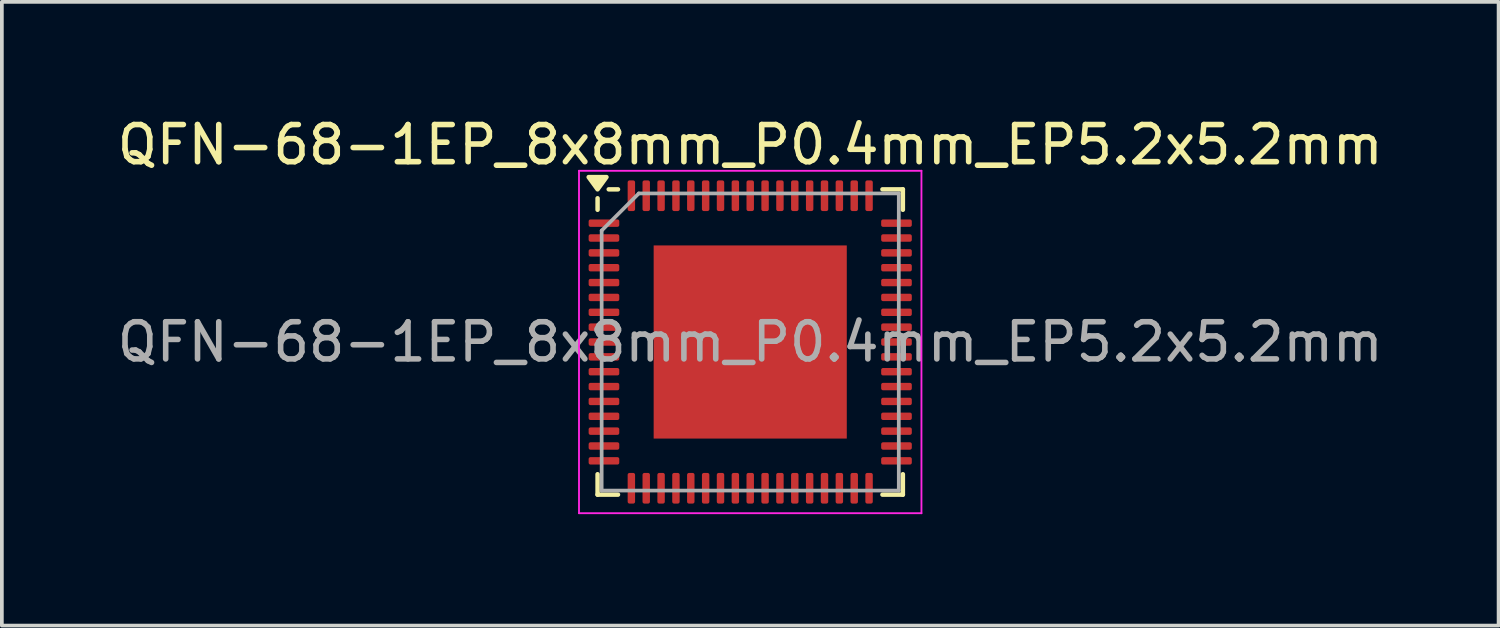
<source format=kicad_pcb>
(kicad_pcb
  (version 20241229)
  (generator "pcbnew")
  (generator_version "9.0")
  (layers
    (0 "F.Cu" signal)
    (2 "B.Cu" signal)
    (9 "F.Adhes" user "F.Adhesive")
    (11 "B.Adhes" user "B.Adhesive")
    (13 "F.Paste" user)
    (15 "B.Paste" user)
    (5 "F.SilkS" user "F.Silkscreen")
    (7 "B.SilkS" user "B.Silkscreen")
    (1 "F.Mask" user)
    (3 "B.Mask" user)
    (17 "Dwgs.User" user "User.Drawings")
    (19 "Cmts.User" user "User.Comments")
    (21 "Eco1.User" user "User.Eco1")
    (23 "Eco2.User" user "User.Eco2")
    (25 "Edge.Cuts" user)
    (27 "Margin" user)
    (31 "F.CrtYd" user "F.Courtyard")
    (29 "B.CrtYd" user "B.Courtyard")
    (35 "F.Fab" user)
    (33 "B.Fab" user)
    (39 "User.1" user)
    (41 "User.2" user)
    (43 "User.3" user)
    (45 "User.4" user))
  (footprint "QFN-68-1EP_8x8mm_P0.4mm_EP5.2x5.2mm"
    (layer "F.Cu")
    (at 17.149 6.158)
    (property "Reference" "QFN-68-1EP_8x8mm_P0.4mm_EP5.2x5.2mm" (at 0 -5.31 0) (layer "F.SilkS") (effects (font (size 1 1) (thickness 0.15))))
    (attr smd)
    (fp_line (start -4.11 -3.56) (end -4.11 -3.87) (stroke (width 0.12) (type solid)) (layer "F.SilkS"))
    (fp_line (start -4.11 4.11) (end -4.11 3.56) (stroke (width 0.12) (type solid)) (layer "F.SilkS"))
    (fp_line (start -3.56 -4.11) (end -3.81 -4.11) (stroke (width 0.12) (type solid)) (layer "F.SilkS"))
    (fp_line (start -3.56 4.11) (end -4.11 4.11) (stroke (width 0.12) (type solid)) (layer "F.SilkS"))
    (fp_line (start 3.56 -4.11) (end 4.11 -4.11) (stroke (width 0.12) (type solid)) (layer "F.SilkS"))
    (fp_line (start 3.56 4.11) (end 4.11 4.11) (stroke (width 0.12) (type solid)) (layer "F.SilkS"))
    (fp_line (start 4.11 -4.11) (end 4.11 -3.56) (stroke (width 0.12) (type solid)) (layer "F.SilkS"))
    (fp_line (start 4.11 4.11) (end 4.11 3.56) (stroke (width 0.12) (type solid)) (layer "F.SilkS"))
    (fp_poly (pts (xy -4.11 -4.11) (xy -4.35 -4.44) (xy -3.87 -4.44) (xy -4.11 -4.11)) (stroke (width 0.12) (type solid)) (fill yes) (layer "F.SilkS"))
    (fp_line (start -4.61 -4.61) (end -4.61 4.61) (stroke (width 0.05) (type solid)) (layer "F.CrtYd"))
    (fp_line (start -4.61 4.61) (end 4.61 4.61) (stroke (width 0.05) (type solid)) (layer "F.CrtYd"))
    (fp_line (start 4.61 -4.61) (end -4.61 -4.61) (stroke (width 0.05) (type solid)) (layer "F.CrtYd"))
    (fp_line (start 4.61 4.61) (end 4.61 -4.61) (stroke (width 0.05) (type solid)) (layer "F.CrtYd"))
    (fp_line (start -4 -3) (end -3 -4) (stroke (width 0.1) (type solid)) (layer "F.Fab"))
    (fp_line (start -4 4) (end -4 -3) (stroke (width 0.1) (type solid)) (layer "F.Fab"))
    (fp_line (start -3 -4) (end 4 -4) (stroke (width 0.1) (type solid)) (layer "F.Fab"))
    (fp_line (start 4 -4) (end 4 4) (stroke (width 0.1) (type solid)) (layer "F.Fab"))
    (fp_line (start 4 4) (end -4 4) (stroke (width 0.1) (type solid)) (layer "F.Fab"))
    (fp_text user "${REFERENCE}" (at 0 0 0) (layer "F.Fab") (effects (font (size 1 1) (thickness 0.15))))
    (pad "" smd roundrect (at -1.95 -1.95) (size 1.05 1.05) (layers "F.Paste") (roundrect_rratio 0.238))
    (pad "" smd roundrect (at -1.95 -0.65) (size 1.05 1.05) (layers "F.Paste") (roundrect_rratio 0.238))
    (pad "" smd roundrect (at -1.95 0.65) (size 1.05 1.05) (layers "F.Paste") (roundrect_rratio 0.238))
    (pad "" smd roundrect (at -1.95 1.95) (size 1.05 1.05) (layers "F.Paste") (roundrect_rratio 0.238))
    (pad "" smd roundrect (at -0.65 -1.95) (size 1.05 1.05) (layers "F.Paste") (roundrect_rratio 0.238))
    (pad "" smd roundrect (at -0.65 -0.65) (size 1.05 1.05) (layers "F.Paste") (roundrect_rratio 0.238))
    (pad "" smd roundrect (at -0.65 0.65) (size 1.05 1.05) (layers "F.Paste") (roundrect_rratio 0.238))
    (pad "" smd roundrect (at -0.65 1.95) (size 1.05 1.05) (layers "F.Paste") (roundrect_rratio 0.238))
    (pad "" smd roundrect (at 0.65 -1.95) (size 1.05 1.05) (layers "F.Paste") (roundrect_rratio 0.238))
    (pad "" smd roundrect (at 0.65 -0.65) (size 1.05 1.05) (layers "F.Paste") (roundrect_rratio 0.238))
    (pad "" smd roundrect (at 0.65 0.65) (size 1.05 1.05) (layers "F.Paste") (roundrect_rratio 0.238))
    (pad "" smd roundrect (at 0.65 1.95) (size 1.05 1.05) (layers "F.Paste") (roundrect_rratio 0.238))
    (pad "" smd roundrect (at 1.95 -1.95) (size 1.05 1.05) (layers "F.Paste") (roundrect_rratio 0.238))
    (pad "" smd roundrect (at 1.95 -0.65) (size 1.05 1.05) (layers "F.Paste") (roundrect_rratio 0.238))
    (pad "" smd roundrect (at 1.95 0.65) (size 1.05 1.05) (layers "F.Paste") (roundrect_rratio 0.238))
    (pad "" smd roundrect (at 1.95 1.95) (size 1.05 1.05) (layers "F.Paste") (roundrect_rratio 0.238))
    (pad "1" smd roundrect (at -3.938 -3.2) (size 0.825 0.2) (layers "F.Cu" "F.Mask" "F.Paste") (roundrect_rratio 0.25))
    (pad "2" smd roundrect (at -3.938 -2.8) (size 0.825 0.2) (layers "F.Cu" "F.Mask" "F.Paste") (roundrect_rratio 0.25))
    (pad "3" smd roundrect (at -3.938 -2.4) (size 0.825 0.2) (layers "F.Cu" "F.Mask" "F.Paste") (roundrect_rratio 0.25))
    (pad "4" smd roundrect (at -3.938 -2) (size 0.825 0.2) (layers "F.Cu" "F.Mask" "F.Paste") (roundrect_rratio 0.25))
    (pad "5" smd roundrect (at -3.938 -1.6) (size 0.825 0.2) (layers "F.Cu" "F.Mask" "F.Paste") (roundrect_rratio 0.25))
    (pad "6" smd roundrect (at -3.938 -1.2) (size 0.825 0.2) (layers "F.Cu" "F.Mask" "F.Paste") (roundrect_rratio 0.25))
    (pad "7" smd roundrect (at -3.938 -0.8) (size 0.825 0.2) (layers "F.Cu" "F.Mask" "F.Paste") (roundrect_rratio 0.25))
    (pad "8" smd roundrect (at -3.938 -0.4) (size 0.825 0.2) (layers "F.Cu" "F.Mask" "F.Paste") (roundrect_rratio 0.25))
    (pad "9" smd roundrect (at -3.938 0) (size 0.825 0.2) (layers "F.Cu" "F.Mask" "F.Paste") (roundrect_rratio 0.25))
    (pad "10" smd roundrect (at -3.938 0.4) (size 0.825 0.2) (layers "F.Cu" "F.Mask" "F.Paste") (roundrect_rratio 0.25))
    (pad "11" smd roundrect (at -3.938 0.8) (size 0.825 0.2) (layers "F.Cu" "F.Mask" "F.Paste") (roundrect_rratio 0.25))
    (pad "12" smd roundrect (at -3.938 1.2) (size 0.825 0.2) (layers "F.Cu" "F.Mask" "F.Paste") (roundrect_rratio 0.25))
    (pad "13" smd roundrect (at -3.938 1.6) (size 0.825 0.2) (layers "F.Cu" "F.Mask" "F.Paste") (roundrect_rratio 0.25))
    (pad "14" smd roundrect (at -3.938 2) (size 0.825 0.2) (layers "F.Cu" "F.Mask" "F.Paste") (roundrect_rratio 0.25))
    (pad "15" smd roundrect (at -3.938 2.4) (size 0.825 0.2) (layers "F.Cu" "F.Mask" "F.Paste") (roundrect_rratio 0.25))
    (pad "16" smd roundrect (at -3.938 2.8) (size 0.825 0.2) (layers "F.Cu" "F.Mask" "F.Paste") (roundrect_rratio 0.25))
    (pad "17" smd roundrect (at -3.938 3.2) (size 0.825 0.2) (layers "F.Cu" "F.Mask" "F.Paste") (roundrect_rratio 0.25))
    (pad "18" smd roundrect (at -3.2 3.938) (size 0.2 0.825) (layers "F.Cu" "F.Mask" "F.Paste") (roundrect_rratio 0.25))
    (pad "19" smd roundrect (at -2.8 3.938) (size 0.2 0.825) (layers "F.Cu" "F.Mask" "F.Paste") (roundrect_rratio 0.25))
    (pad "20" smd roundrect (at -2.4 3.938) (size 0.2 0.825) (layers "F.Cu" "F.Mask" "F.Paste") (roundrect_rratio 0.25))
    (pad "21" smd roundrect (at -2 3.938) (size 0.2 0.825) (layers "F.Cu" "F.Mask" "F.Paste") (roundrect_rratio 0.25))
    (pad "22" smd roundrect (at -1.6 3.938) (size 0.2 0.825) (layers "F.Cu" "F.Mask" "F.Paste") (roundrect_rratio 0.25))
    (pad "23" smd roundrect (at -1.2 3.938) (size 0.2 0.825) (layers "F.Cu" "F.Mask" "F.Paste") (roundrect_rratio 0.25))
    (pad "24" smd roundrect (at -0.8 3.938) (size 0.2 0.825) (layers "F.Cu" "F.Mask" "F.Paste") (roundrect_rratio 0.25))
    (pad "25" smd roundrect (at -0.4 3.938) (size 0.2 0.825) (layers "F.Cu" "F.Mask" "F.Paste") (roundrect_rratio 0.25))
    (pad "26" smd roundrect (at 0 3.938) (size 0.2 0.825) (layers "F.Cu" "F.Mask" "F.Paste") (roundrect_rratio 0.25))
    (pad "27" smd roundrect (at 0.4 3.938) (size 0.2 0.825) (layers "F.Cu" "F.Mask" "F.Paste") (roundrect_rratio 0.25))
    (pad "28" smd roundrect (at 0.8 3.938) (size 0.2 0.825) (layers "F.Cu" "F.Mask" "F.Paste") (roundrect_rratio 0.25))
    (pad "29" smd roundrect (at 1.2 3.938) (size 0.2 0.825) (layers "F.Cu" "F.Mask" "F.Paste") (roundrect_rratio 0.25))
    (pad "30" smd roundrect (at 1.6 3.938) (size 0.2 0.825) (layers "F.Cu" "F.Mask" "F.Paste") (roundrect_rratio 0.25))
    (pad "31" smd roundrect (at 2 3.938) (size 0.2 0.825) (layers "F.Cu" "F.Mask" "F.Paste") (roundrect_rratio 0.25))
    (pad "32" smd roundrect (at 2.4 3.938) (size 0.2 0.825) (layers "F.Cu" "F.Mask" "F.Paste") (roundrect_rratio 0.25))
    (pad "33" smd roundrect (at 2.8 3.938) (size 0.2 0.825) (layers "F.Cu" "F.Mask" "F.Paste") (roundrect_rratio 0.25))
    (pad "34" smd roundrect (at 3.2 3.938) (size 0.2 0.825) (layers "F.Cu" "F.Mask" "F.Paste") (roundrect_rratio 0.25))
    (pad "35" smd roundrect (at 3.938 3.2) (size 0.825 0.2) (layers "F.Cu" "F.Mask" "F.Paste") (roundrect_rratio 0.25))
    (pad "36" smd roundrect (at 3.938 2.8) (size 0.825 0.2) (layers "F.Cu" "F.Mask" "F.Paste") (roundrect_rratio 0.25))
    (pad "37" smd roundrect (at 3.938 2.4) (size 0.825 0.2) (layers "F.Cu" "F.Mask" "F.Paste") (roundrect_rratio 0.25))
    (pad "38" smd roundrect (at 3.938 2) (size 0.825 0.2) (layers "F.Cu" "F.Mask" "F.Paste") (roundrect_rratio 0.25))
    (pad "39" smd roundrect (at 3.938 1.6) (size 0.825 0.2) (layers "F.Cu" "F.Mask" "F.Paste") (roundrect_rratio 0.25))
    (pad "40" smd roundrect (at 3.938 1.2) (size 0.825 0.2) (layers "F.Cu" "F.Mask" "F.Paste") (roundrect_rratio 0.25))
    (pad "41" smd roundrect (at 3.938 0.8) (size 0.825 0.2) (layers "F.Cu" "F.Mask" "F.Paste") (roundrect_rratio 0.25))
    (pad "42" smd roundrect (at 3.938 0.4) (size 0.825 0.2) (layers "F.Cu" "F.Mask" "F.Paste") (roundrect_rratio 0.25))
    (pad "43" smd roundrect (at 3.938 0) (size 0.825 0.2) (layers "F.Cu" "F.Mask" "F.Paste") (roundrect_rratio 0.25))
    (pad "44" smd roundrect (at 3.938 -0.4) (size 0.825 0.2) (layers "F.Cu" "F.Mask" "F.Paste") (roundrect_rratio 0.25))
    (pad "45" smd roundrect (at 3.938 -0.8) (size 0.825 0.2) (layers "F.Cu" "F.Mask" "F.Paste") (roundrect_rratio 0.25))
    (pad "46" smd roundrect (at 3.938 -1.2) (size 0.825 0.2) (layers "F.Cu" "F.Mask" "F.Paste") (roundrect_rratio 0.25))
    (pad "47" smd roundrect (at 3.938 -1.6) (size 0.825 0.2) (layers "F.Cu" "F.Mask" "F.Paste") (roundrect_rratio 0.25))
    (pad "48" smd roundrect (at 3.938 -2) (size 0.825 0.2) (layers "F.Cu" "F.Mask" "F.Paste") (roundrect_rratio 0.25))
    (pad "49" smd roundrect (at 3.938 -2.4) (size 0.825 0.2) (layers "F.Cu" "F.Mask" "F.Paste") (roundrect_rratio 0.25))
    (pad "50" smd roundrect (at 3.938 -2.8) (size 0.825 0.2) (layers "F.Cu" "F.Mask" "F.Paste") (roundrect_rratio 0.25))
    (pad "51" smd roundrect (at 3.938 -3.2) (size 0.825 0.2) (layers "F.Cu" "F.Mask" "F.Paste") (roundrect_rratio 0.25))
    (pad "52" smd roundrect (at 3.2 -3.938) (size 0.2 0.825) (layers "F.Cu" "F.Mask" "F.Paste") (roundrect_rratio 0.25))
    (pad "53" smd roundrect (at 2.8 -3.938) (size 0.2 0.825) (layers "F.Cu" "F.Mask" "F.Paste") (roundrect_rratio 0.25))
    (pad "54" smd roundrect (at 2.4 -3.938) (size 0.2 0.825) (layers "F.Cu" "F.Mask" "F.Paste") (roundrect_rratio 0.25))
    (pad "55" smd roundrect (at 2 -3.938) (size 0.2 0.825) (layers "F.Cu" "F.Mask" "F.Paste") (roundrect_rratio 0.25))
    (pad "56" smd roundrect (at 1.6 -3.938) (size 0.2 0.825) (layers "F.Cu" "F.Mask" "F.Paste") (roundrect_rratio 0.25))
    (pad "57" smd roundrect (at 1.2 -3.938) (size 0.2 0.825) (layers "F.Cu" "F.Mask" "F.Paste") (roundrect_rratio 0.25))
    (pad "58" smd roundrect (at 0.8 -3.938) (size 0.2 0.825) (layers "F.Cu" "F.Mask" "F.Paste") (roundrect_rratio 0.25))
    (pad "59" smd roundrect (at 0.4 -3.938) (size 0.2 0.825) (layers "F.Cu" "F.Mask" "F.Paste") (roundrect_rratio 0.25))
    (pad "60" smd roundrect (at 0 -3.938) (size 0.2 0.825) (layers "F.Cu" "F.Mask" "F.Paste") (roundrect_rratio 0.25))
    (pad "61" smd roundrect (at -0.4 -3.938) (size 0.2 0.825) (layers "F.Cu" "F.Mask" "F.Paste") (roundrect_rratio 0.25))
    (pad "62" smd roundrect (at -0.8 -3.938) (size 0.2 0.825) (layers "F.Cu" "F.Mask" "F.Paste") (roundrect_rratio 0.25))
    (pad "63" smd roundrect (at -1.2 -3.938) (size 0.2 0.825) (layers "F.Cu" "F.Mask" "F.Paste") (roundrect_rratio 0.25))
    (pad "64" smd roundrect (at -1.6 -3.938) (size 0.2 0.825) (layers "F.Cu" "F.Mask" "F.Paste") (roundrect_rratio 0.25))
    (pad "65" smd roundrect (at -2 -3.938) (size 0.2 0.825) (layers "F.Cu" "F.Mask" "F.Paste") (roundrect_rratio 0.25))
    (pad "66" smd roundrect (at -2.4 -3.938) (size 0.2 0.825) (layers "F.Cu" "F.Mask" "F.Paste") (roundrect_rratio 0.25))
    (pad "67" smd roundrect (at -2.8 -3.938) (size 0.2 0.825) (layers "F.Cu" "F.Mask" "F.Paste") (roundrect_rratio 0.25))
    (pad "68" smd roundrect (at -3.2 -3.938) (size 0.2 0.825) (layers "F.Cu" "F.Mask" "F.Paste") (roundrect_rratio 0.25))
    (pad "69" smd rect (at 0 0) (size 5.2 5.2) (property pad_prop_heatsink) (layers "F.Cu" "F.Mask")))
  (gr_rect
    (start -3 -3)
    (end 37.298 13.793)
    (stroke (width 0.1) (type default))
    (fill no)
    (layer "Edge.Cuts")))
</source>
